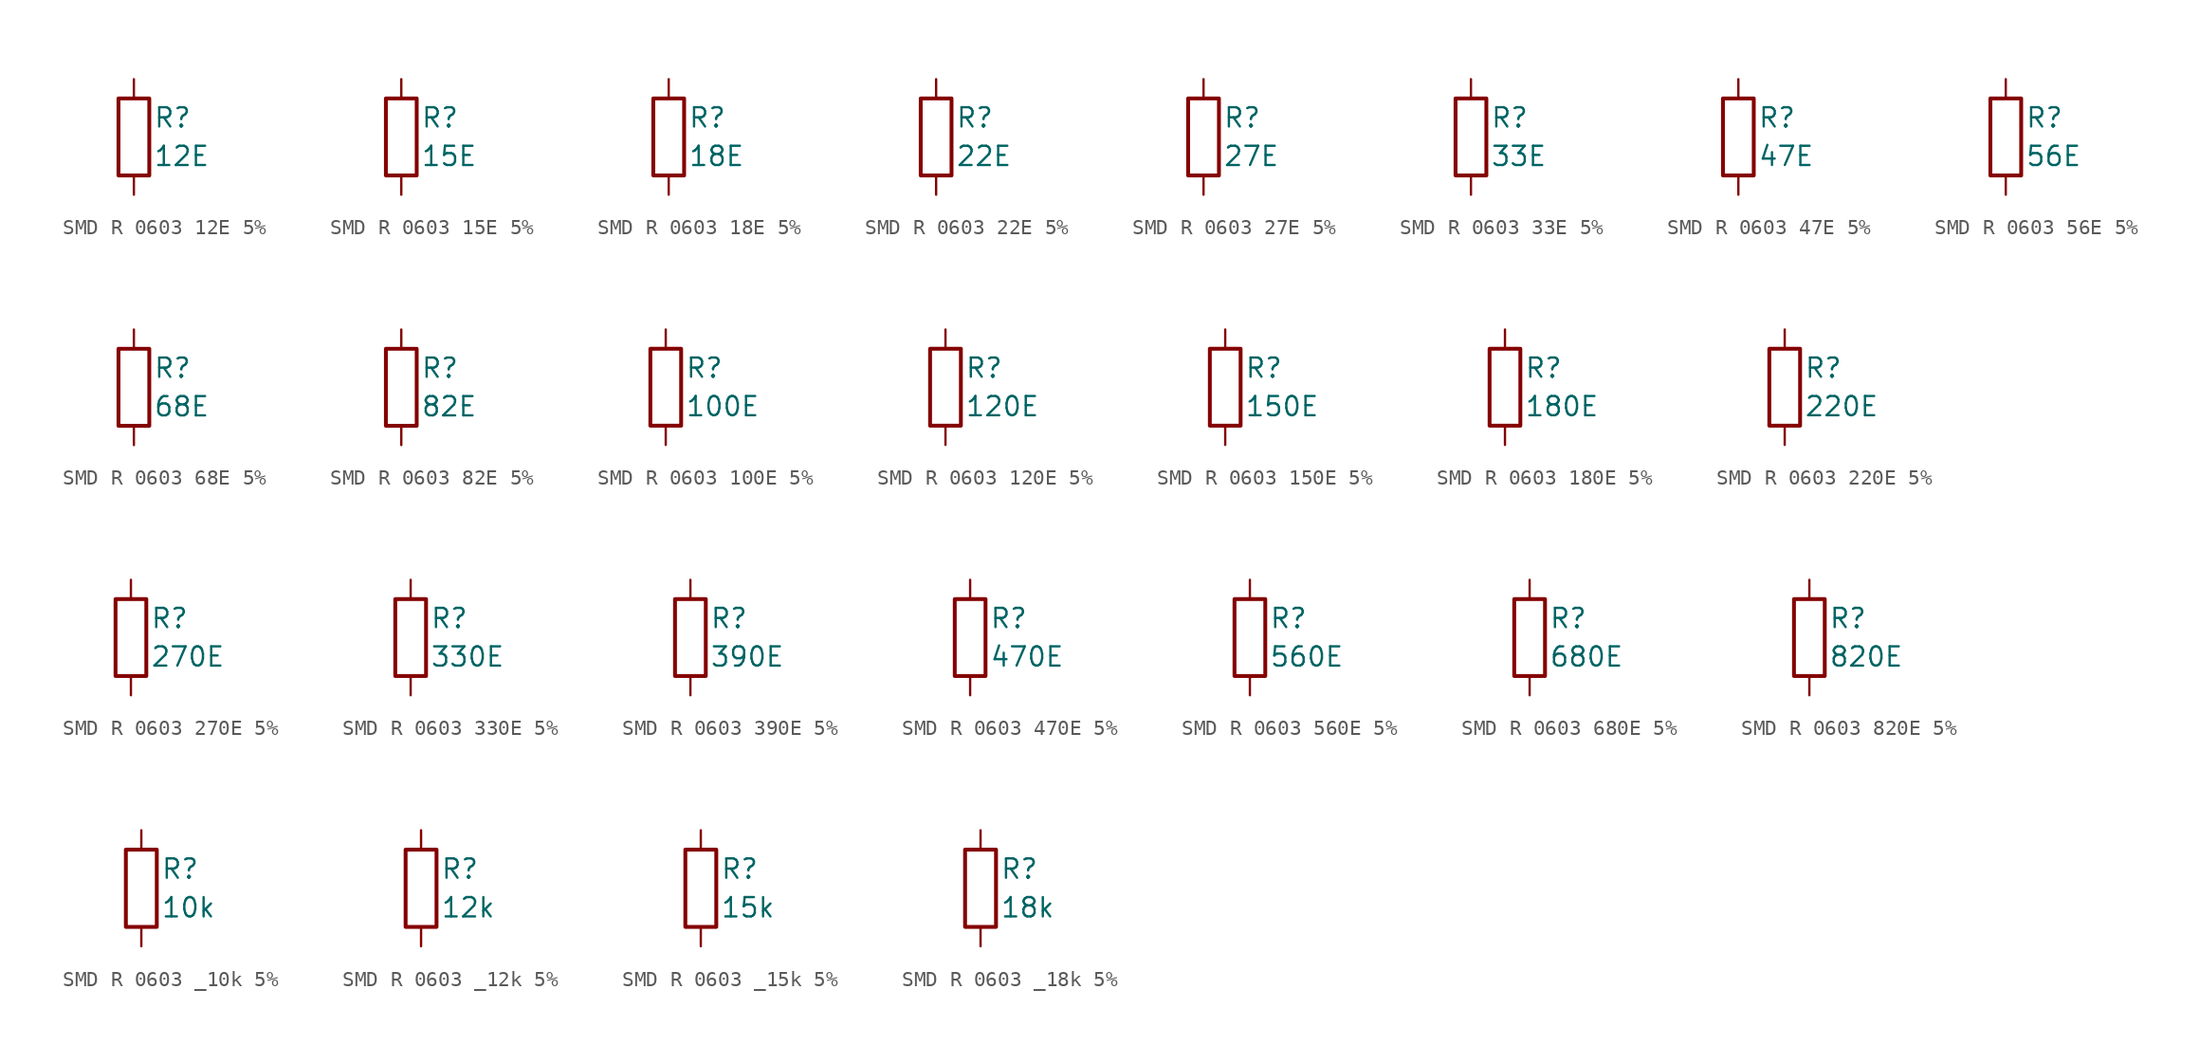
<source format=kicad_sym>
(kicad_symbol_lib
  (version 20241209)
  (generator "kicad_symbol_editor")
  (generator_version "9.0")
  (symbol "SMD R 0603 12E 5%"
    (pin_numbers
      (hide yes))
    (pin_names
      (offset 0))
    (property "Reference" "R"
      (at 1.27 1.27 0)
      (effects (font (size 1.27 1.27)) (justify left)))
    (property "Value" "12E"
      (at 1.27 -1.27 0)
      (effects (font (size 1.27 1.27)) (justify left)))
    (symbol "SMD R 0603 12E 5%_0_1"
      (rectangle (start -1.016 -2.54) (end 1.016 2.54) (stroke (width 0.254) (type default)) (fill (type none))))
    (symbol "SMD R 0603 12E 5%_1_1"
      (pin passive line (at 0 3.81 270) (length 1.27) (name "~" (effects (font (size 1.27 1.27)))) (number "1" (effects (font (size 1.27 1.27)))))
      (pin passive line (at 0 -3.81 90) (length 1.27) (name "~" (effects (font (size 1.27 1.27)))) (number "2" (effects (font (size 1.27 1.27)))))))
  (symbol "SMD R 0603 15E 5%"
    (pin_numbers
      (hide yes))
    (pin_names
      (offset 0))
    (property "Reference" "R"
      (at 1.27 1.27 0)
      (effects (font (size 1.27 1.27)) (justify left)))
    (property "Value" "15E"
      (at 1.27 -1.27 0)
      (effects (font (size 1.27 1.27)) (justify left)))
    (symbol "SMD R 0603 15E 5%_0_1"
      (rectangle (start -1.016 -2.54) (end 1.016 2.54) (stroke (width 0.254) (type default)) (fill (type none))))
    (symbol "SMD R 0603 15E 5%_1_1"
      (pin passive line (at 0 3.81 270) (length 1.27) (name "~" (effects (font (size 1.27 1.27)))) (number "1" (effects (font (size 1.27 1.27)))))
      (pin passive line (at 0 -3.81 90) (length 1.27) (name "~" (effects (font (size 1.27 1.27)))) (number "2" (effects (font (size 1.27 1.27)))))))
  (symbol "SMD R 0603 18E 5%"
    (pin_numbers
      (hide yes))
    (pin_names
      (offset 0))
    (property "Reference" "R"
      (at 1.27 1.27 0)
      (effects (font (size 1.27 1.27)) (justify left)))
    (property "Value" "18E"
      (at 1.27 -1.27 0)
      (effects (font (size 1.27 1.27)) (justify left)))
    (symbol "SMD R 0603 18E 5%_0_1"
      (rectangle (start -1.016 -2.54) (end 1.016 2.54) (stroke (width 0.254) (type default)) (fill (type none))))
    (symbol "SMD R 0603 18E 5%_1_1"
      (pin passive line (at 0 3.81 270) (length 1.27) (name "~" (effects (font (size 1.27 1.27)))) (number "1" (effects (font (size 1.27 1.27)))))
      (pin passive line (at 0 -3.81 90) (length 1.27) (name "~" (effects (font (size 1.27 1.27)))) (number "2" (effects (font (size 1.27 1.27)))))))
  (symbol "SMD R 0603 22E 5%"
    (pin_numbers
      (hide yes))
    (pin_names
      (offset 0))
    (property "Reference" "R"
      (at 1.27 1.27 0)
      (effects (font (size 1.27 1.27)) (justify left)))
    (property "Value" "22E"
      (at 1.27 -1.27 0)
      (effects (font (size 1.27 1.27)) (justify left)))
    (symbol "SMD R 0603 22E 5%_0_1"
      (rectangle (start -1.016 -2.54) (end 1.016 2.54) (stroke (width 0.254) (type default)) (fill (type none))))
    (symbol "SMD R 0603 22E 5%_1_1"
      (pin passive line (at 0 3.81 270) (length 1.27) (name "~" (effects (font (size 1.27 1.27)))) (number "1" (effects (font (size 1.27 1.27)))))
      (pin passive line (at 0 -3.81 90) (length 1.27) (name "~" (effects (font (size 1.27 1.27)))) (number "2" (effects (font (size 1.27 1.27)))))))
  (symbol "SMD R 0603 27E 5%"
    (pin_numbers
      (hide yes))
    (pin_names
      (offset 0))
    (property "Reference" "R"
      (at 1.27 1.27 0)
      (effects (font (size 1.27 1.27)) (justify left)))
    (property "Value" "27E"
      (at 1.27 -1.27 0)
      (effects (font (size 1.27 1.27)) (justify left)))
    (symbol "SMD R 0603 27E 5%_0_1"
      (rectangle (start -1.016 -2.54) (end 1.016 2.54) (stroke (width 0.254) (type default)) (fill (type none))))
    (symbol "SMD R 0603 27E 5%_1_1"
      (pin passive line (at 0 3.81 270) (length 1.27) (name "~" (effects (font (size 1.27 1.27)))) (number "1" (effects (font (size 1.27 1.27)))))
      (pin passive line (at 0 -3.81 90) (length 1.27) (name "~" (effects (font (size 1.27 1.27)))) (number "2" (effects (font (size 1.27 1.27)))))))
  (symbol "SMD R 0603 33E 5%"
    (pin_numbers
      (hide yes))
    (pin_names
      (offset 0))
    (property "Reference" "R"
      (at 1.27 1.27 0)
      (effects (font (size 1.27 1.27)) (justify left)))
    (property "Value" "33E"
      (at 1.27 -1.27 0)
      (effects (font (size 1.27 1.27)) (justify left)))
    (symbol "SMD R 0603 33E 5%_0_1"
      (rectangle (start -1.016 -2.54) (end 1.016 2.54) (stroke (width 0.254) (type default)) (fill (type none))))
    (symbol "SMD R 0603 33E 5%_1_1"
      (pin passive line (at 0 3.81 270) (length 1.27) (name "~" (effects (font (size 1.27 1.27)))) (number "1" (effects (font (size 1.27 1.27)))))
      (pin passive line (at 0 -3.81 90) (length 1.27) (name "~" (effects (font (size 1.27 1.27)))) (number "2" (effects (font (size 1.27 1.27)))))))
  (symbol "SMD R 0603 47E 5%"
    (pin_numbers
      (hide yes))
    (pin_names
      (offset 0))
    (property "Reference" "R"
      (at 1.27 1.27 0)
      (effects (font (size 1.27 1.27)) (justify left)))
    (property "Value" "47E"
      (at 1.27 -1.27 0)
      (effects (font (size 1.27 1.27)) (justify left)))
    (symbol "SMD R 0603 47E 5%_0_1"
      (rectangle (start -1.016 -2.54) (end 1.016 2.54) (stroke (width 0.254) (type default)) (fill (type none))))
    (symbol "SMD R 0603 47E 5%_1_1"
      (pin passive line (at 0 3.81 270) (length 1.27) (name "~" (effects (font (size 1.27 1.27)))) (number "1" (effects (font (size 1.27 1.27)))))
      (pin passive line (at 0 -3.81 90) (length 1.27) (name "~" (effects (font (size 1.27 1.27)))) (number "2" (effects (font (size 1.27 1.27)))))))
  (symbol "SMD R 0603 56E 5%"
    (pin_numbers
      (hide yes))
    (pin_names
      (offset 0))
    (property "Reference" "R"
      (at 1.27 1.27 0)
      (effects (font (size 1.27 1.27)) (justify left)))
    (property "Value" "56E"
      (at 1.27 -1.27 0)
      (effects (font (size 1.27 1.27)) (justify left)))
    (symbol "SMD R 0603 56E 5%_0_1"
      (rectangle (start -1.016 -2.54) (end 1.016 2.54) (stroke (width 0.254) (type default)) (fill (type none))))
    (symbol "SMD R 0603 56E 5%_1_1"
      (pin passive line (at 0 3.81 270) (length 1.27) (name "~" (effects (font (size 1.27 1.27)))) (number "1" (effects (font (size 1.27 1.27)))))
      (pin passive line (at 0 -3.81 90) (length 1.27) (name "~" (effects (font (size 1.27 1.27)))) (number "2" (effects (font (size 1.27 1.27)))))))
  (symbol "SMD R 0603 68E 5%"
    (pin_numbers
      (hide yes))
    (pin_names
      (offset 0))
    (property "Reference" "R"
      (at 1.27 1.27 0)
      (effects (font (size 1.27 1.27)) (justify left)))
    (property "Value" "68E"
      (at 1.27 -1.27 0)
      (effects (font (size 1.27 1.27)) (justify left)))
    (symbol "SMD R 0603 68E 5%_0_1"
      (rectangle (start -1.016 -2.54) (end 1.016 2.54) (stroke (width 0.254) (type default)) (fill (type none))))
    (symbol "SMD R 0603 68E 5%_1_1"
      (pin passive line (at 0 3.81 270) (length 1.27) (name "~" (effects (font (size 1.27 1.27)))) (number "1" (effects (font (size 1.27 1.27)))))
      (pin passive line (at 0 -3.81 90) (length 1.27) (name "~" (effects (font (size 1.27 1.27)))) (number "2" (effects (font (size 1.27 1.27)))))))
  (symbol "SMD R 0603 82E 5%"
    (pin_numbers
      (hide yes))
    (pin_names
      (offset 0))
    (property "Reference" "R"
      (at 1.27 1.27 0)
      (effects (font (size 1.27 1.27)) (justify left)))
    (property "Value" "82E"
      (at 1.27 -1.27 0)
      (effects (font (size 1.27 1.27)) (justify left)))
    (symbol "SMD R 0603 82E 5%_0_1"
      (rectangle (start -1.016 -2.54) (end 1.016 2.54) (stroke (width 0.254) (type default)) (fill (type none))))
    (symbol "SMD R 0603 82E 5%_1_1"
      (pin passive line (at 0 3.81 270) (length 1.27) (name "~" (effects (font (size 1.27 1.27)))) (number "1" (effects (font (size 1.27 1.27)))))
      (pin passive line (at 0 -3.81 90) (length 1.27) (name "~" (effects (font (size 1.27 1.27)))) (number "2" (effects (font (size 1.27 1.27)))))))
  (symbol "SMD R 0603 100E 5%"
    (pin_numbers
      (hide yes))
    (pin_names
      (offset 0))
    (property "Reference" "R"
      (at 1.27 1.27 0)
      (effects (font (size 1.27 1.27)) (justify left)))
    (property "Value" "100E"
      (at 1.27 -1.27 0)
      (effects (font (size 1.27 1.27)) (justify left)))
    (symbol "SMD R 0603 100E 5%_0_1"
      (rectangle (start -1.016 -2.54) (end 1.016 2.54) (stroke (width 0.254) (type default)) (fill (type none))))
    (symbol "SMD R 0603 100E 5%_1_1"
      (pin passive line (at 0 3.81 270) (length 1.27) (name "~" (effects (font (size 1.27 1.27)))) (number "1" (effects (font (size 1.27 1.27)))))
      (pin passive line (at 0 -3.81 90) (length 1.27) (name "~" (effects (font (size 1.27 1.27)))) (number "2" (effects (font (size 1.27 1.27)))))))
  (symbol "SMD R 0603 120E 5%"
    (pin_numbers
      (hide yes))
    (pin_names
      (offset 0))
    (property "Reference" "R"
      (at 1.27 1.27 0)
      (effects (font (size 1.27 1.27)) (justify left)))
    (property "Value" "120E"
      (at 1.27 -1.27 0)
      (effects (font (size 1.27 1.27)) (justify left)))
    (symbol "SMD R 0603 120E 5%_0_1"
      (rectangle (start -1.016 -2.54) (end 1.016 2.54) (stroke (width 0.254) (type default)) (fill (type none))))
    (symbol "SMD R 0603 120E 5%_1_1"
      (pin passive line (at 0 3.81 270) (length 1.27) (name "~" (effects (font (size 1.27 1.27)))) (number "1" (effects (font (size 1.27 1.27)))))
      (pin passive line (at 0 -3.81 90) (length 1.27) (name "~" (effects (font (size 1.27 1.27)))) (number "2" (effects (font (size 1.27 1.27)))))))
  (symbol "SMD R 0603 150E 5%"
    (pin_numbers
      (hide yes))
    (pin_names
      (offset 0))
    (property "Reference" "R"
      (at 1.27 1.27 0)
      (effects (font (size 1.27 1.27)) (justify left)))
    (property "Value" "150E"
      (at 1.27 -1.27 0)
      (effects (font (size 1.27 1.27)) (justify left)))
    (symbol "SMD R 0603 150E 5%_0_1"
      (rectangle (start -1.016 -2.54) (end 1.016 2.54) (stroke (width 0.254) (type default)) (fill (type none))))
    (symbol "SMD R 0603 150E 5%_1_1"
      (pin passive line (at 0 3.81 270) (length 1.27) (name "~" (effects (font (size 1.27 1.27)))) (number "1" (effects (font (size 1.27 1.27)))))
      (pin passive line (at 0 -3.81 90) (length 1.27) (name "~" (effects (font (size 1.27 1.27)))) (number "2" (effects (font (size 1.27 1.27)))))))
  (symbol "SMD R 0603 180E 5%"
    (pin_numbers
      (hide yes))
    (pin_names
      (offset 0))
    (property "Reference" "R"
      (at 1.27 1.27 0)
      (effects (font (size 1.27 1.27)) (justify left)))
    (property "Value" "180E"
      (at 1.27 -1.27 0)
      (effects (font (size 1.27 1.27)) (justify left)))
    (symbol "SMD R 0603 180E 5%_0_1"
      (rectangle (start -1.016 -2.54) (end 1.016 2.54) (stroke (width 0.254) (type default)) (fill (type none))))
    (symbol "SMD R 0603 180E 5%_1_1"
      (pin passive line (at 0 3.81 270) (length 1.27) (name "~" (effects (font (size 1.27 1.27)))) (number "1" (effects (font (size 1.27 1.27)))))
      (pin passive line (at 0 -3.81 90) (length 1.27) (name "~" (effects (font (size 1.27 1.27)))) (number "2" (effects (font (size 1.27 1.27)))))))
  (symbol "SMD R 0603 220E 5%"
    (pin_numbers
      (hide yes))
    (pin_names
      (offset 0))
    (property "Reference" "R"
      (at 1.27 1.27 0)
      (effects (font (size 1.27 1.27)) (justify left)))
    (property "Value" "220E"
      (at 1.27 -1.27 0)
      (effects (font (size 1.27 1.27)) (justify left)))
    (symbol "SMD R 0603 220E 5%_0_1"
      (rectangle (start -1.016 -2.54) (end 1.016 2.54) (stroke (width 0.254) (type default)) (fill (type none))))
    (symbol "SMD R 0603 220E 5%_1_1"
      (pin passive line (at 0 3.81 270) (length 1.27) (name "~" (effects (font (size 1.27 1.27)))) (number "1" (effects (font (size 1.27 1.27)))))
      (pin passive line (at 0 -3.81 90) (length 1.27) (name "~" (effects (font (size 1.27 1.27)))) (number "2" (effects (font (size 1.27 1.27)))))))
  (symbol "SMD R 0603 270E 5%"
    (pin_numbers
      (hide yes))
    (pin_names
      (offset 0))
    (property "Reference" "R"
      (at 1.27 1.27 0)
      (effects (font (size 1.27 1.27)) (justify left)))
    (property "Value" "270E"
      (at 1.27 -1.27 0)
      (effects (font (size 1.27 1.27)) (justify left)))
    (symbol "SMD R 0603 270E 5%_0_1"
      (rectangle (start -1.016 -2.54) (end 1.016 2.54) (stroke (width 0.254) (type default)) (fill (type none))))
    (symbol "SMD R 0603 270E 5%_1_1"
      (pin passive line (at 0 3.81 270) (length 1.27) (name "~" (effects (font (size 1.27 1.27)))) (number "1" (effects (font (size 1.27 1.27)))))
      (pin passive line (at 0 -3.81 90) (length 1.27) (name "~" (effects (font (size 1.27 1.27)))) (number "2" (effects (font (size 1.27 1.27)))))))
  (symbol "SMD R 0603 330E 5%"
    (pin_numbers
      (hide yes))
    (pin_names
      (offset 0))
    (property "Reference" "R"
      (at 1.27 1.27 0)
      (effects (font (size 1.27 1.27)) (justify left)))
    (property "Value" "330E"
      (at 1.27 -1.27 0)
      (effects (font (size 1.27 1.27)) (justify left)))
    (symbol "SMD R 0603 330E 5%_0_1"
      (rectangle (start -1.016 -2.54) (end 1.016 2.54) (stroke (width 0.254) (type default)) (fill (type none))))
    (symbol "SMD R 0603 330E 5%_1_1"
      (pin passive line (at 0 3.81 270) (length 1.27) (name "~" (effects (font (size 1.27 1.27)))) (number "1" (effects (font (size 1.27 1.27)))))
      (pin passive line (at 0 -3.81 90) (length 1.27) (name "~" (effects (font (size 1.27 1.27)))) (number "2" (effects (font (size 1.27 1.27)))))))
  (symbol "SMD R 0603 390E 5%"
    (pin_numbers
      (hide yes))
    (pin_names
      (offset 0))
    (property "Reference" "R"
      (at 1.27 1.27 0)
      (effects (font (size 1.27 1.27)) (justify left)))
    (property "Value" "390E"
      (at 1.27 -1.27 0)
      (effects (font (size 1.27 1.27)) (justify left)))
    (symbol "SMD R 0603 390E 5%_0_1"
      (rectangle (start -1.016 -2.54) (end 1.016 2.54) (stroke (width 0.254) (type default)) (fill (type none))))
    (symbol "SMD R 0603 390E 5%_1_1"
      (pin passive line (at 0 3.81 270) (length 1.27) (name "~" (effects (font (size 1.27 1.27)))) (number "1" (effects (font (size 1.27 1.27)))))
      (pin passive line (at 0 -3.81 90) (length 1.27) (name "~" (effects (font (size 1.27 1.27)))) (number "2" (effects (font (size 1.27 1.27)))))))
  (symbol "SMD R 0603 470E 5%"
    (pin_numbers
      (hide yes))
    (pin_names
      (offset 0))
    (property "Reference" "R"
      (at 1.27 1.27 0)
      (effects (font (size 1.27 1.27)) (justify left)))
    (property "Value" "470E"
      (at 1.27 -1.27 0)
      (effects (font (size 1.27 1.27)) (justify left)))
    (symbol "SMD R 0603 470E 5%_0_1"
      (rectangle (start -1.016 -2.54) (end 1.016 2.54) (stroke (width 0.254) (type default)) (fill (type none))))
    (symbol "SMD R 0603 470E 5%_1_1"
      (pin passive line (at 0 3.81 270) (length 1.27) (name "~" (effects (font (size 1.27 1.27)))) (number "1" (effects (font (size 1.27 1.27)))))
      (pin passive line (at 0 -3.81 90) (length 1.27) (name "~" (effects (font (size 1.27 1.27)))) (number "2" (effects (font (size 1.27 1.27)))))))
  (symbol "SMD R 0603 560E 5%"
    (pin_numbers
      (hide yes))
    (pin_names
      (offset 0))
    (property "Reference" "R"
      (at 1.27 1.27 0)
      (effects (font (size 1.27 1.27)) (justify left)))
    (property "Value" "560E"
      (at 1.27 -1.27 0)
      (effects (font (size 1.27 1.27)) (justify left)))
    (symbol "SMD R 0603 560E 5%_0_1"
      (rectangle (start -1.016 -2.54) (end 1.016 2.54) (stroke (width 0.254) (type default)) (fill (type none))))
    (symbol "SMD R 0603 560E 5%_1_1"
      (pin passive line (at 0 3.81 270) (length 1.27) (name "~" (effects (font (size 1.27 1.27)))) (number "1" (effects (font (size 1.27 1.27)))))
      (pin passive line (at 0 -3.81 90) (length 1.27) (name "~" (effects (font (size 1.27 1.27)))) (number "2" (effects (font (size 1.27 1.27)))))))
  (symbol "SMD R 0603 680E 5%"
    (pin_numbers
      (hide yes))
    (pin_names
      (offset 0))
    (property "Reference" "R"
      (at 1.27 1.27 0)
      (effects (font (size 1.27 1.27)) (justify left)))
    (property "Value" "680E"
      (at 1.27 -1.27 0)
      (effects (font (size 1.27 1.27)) (justify left)))
    (symbol "SMD R 0603 680E 5%_0_1"
      (rectangle (start -1.016 -2.54) (end 1.016 2.54) (stroke (width 0.254) (type default)) (fill (type none))))
    (symbol "SMD R 0603 680E 5%_1_1"
      (pin passive line (at 0 3.81 270) (length 1.27) (name "~" (effects (font (size 1.27 1.27)))) (number "1" (effects (font (size 1.27 1.27)))))
      (pin passive line (at 0 -3.81 90) (length 1.27) (name "~" (effects (font (size 1.27 1.27)))) (number "2" (effects (font (size 1.27 1.27)))))))
  (symbol "SMD R 0603 820E 5%"
    (pin_numbers
      (hide yes))
    (pin_names
      (offset 0))
    (property "Reference" "R"
      (at 1.27 1.27 0)
      (effects (font (size 1.27 1.27)) (justify left)))
    (property "Value" "820E"
      (at 1.27 -1.27 0)
      (effects (font (size 1.27 1.27)) (justify left)))
    (symbol "SMD R 0603 820E 5%_0_1"
      (rectangle (start -1.016 -2.54) (end 1.016 2.54) (stroke (width 0.254) (type default)) (fill (type none))))
    (symbol "SMD R 0603 820E 5%_1_1"
      (pin passive line (at 0 3.81 270) (length 1.27) (name "~" (effects (font (size 1.27 1.27)))) (number "1" (effects (font (size 1.27 1.27)))))
      (pin passive line (at 0 -3.81 90) (length 1.27) (name "~" (effects (font (size 1.27 1.27)))) (number "2" (effects (font (size 1.27 1.27)))))))
  (symbol "SMD R 0603 _10k 5%"
    (pin_numbers
      (hide yes))
    (pin_names
      (offset 0))
    (property "Reference" "R"
      (at 1.27 1.27 0)
      (effects (font (size 1.27 1.27)) (justify left)))
    (property "Value" "10k"
      (at 1.27 -1.27 0)
      (effects (font (size 1.27 1.27)) (justify left)))
    (symbol "SMD R 0603 _10k 5%_0_1"
      (rectangle (start -1.016 -2.54) (end 1.016 2.54) (stroke (width 0.254) (type default)) (fill (type none))))
    (symbol "SMD R 0603 _10k 5%_1_1"
      (pin passive line (at 0 3.81 270) (length 1.27) (name "~" (effects (font (size 1.27 1.27)))) (number "1" (effects (font (size 1.27 1.27)))))
      (pin passive line (at 0 -3.81 90) (length 1.27) (name "~" (effects (font (size 1.27 1.27)))) (number "2" (effects (font (size 1.27 1.27)))))))
  (symbol "SMD R 0603 _12k 5%"
    (pin_numbers
      (hide yes))
    (pin_names
      (offset 0))
    (property "Reference" "R"
      (at 1.27 1.27 0)
      (effects (font (size 1.27 1.27)) (justify left)))
    (property "Value" "12k"
      (at 1.27 -1.27 0)
      (effects (font (size 1.27 1.27)) (justify left)))
    (symbol "SMD R 0603 _12k 5%_0_1"
      (rectangle (start -1.016 -2.54) (end 1.016 2.54) (stroke (width 0.254) (type default)) (fill (type none))))
    (symbol "SMD R 0603 _12k 5%_1_1"
      (pin passive line (at 0 3.81 270) (length 1.27) (name "~" (effects (font (size 1.27 1.27)))) (number "1" (effects (font (size 1.27 1.27)))))
      (pin passive line (at 0 -3.81 90) (length 1.27) (name "~" (effects (font (size 1.27 1.27)))) (number "2" (effects (font (size 1.27 1.27)))))))
  (symbol "SMD R 0603 _15k 5%"
    (pin_numbers
      (hide yes))
    (pin_names
      (offset 0))
    (property "Reference" "R"
      (at 1.27 1.27 0)
      (effects (font (size 1.27 1.27)) (justify left)))
    (property "Value" "15k"
      (at 1.27 -1.27 0)
      (effects (font (size 1.27 1.27)) (justify left)))
    (symbol "SMD R 0603 _15k 5%_0_1"
      (rectangle (start -1.016 -2.54) (end 1.016 2.54) (stroke (width 0.254) (type default)) (fill (type none))))
    (symbol "SMD R 0603 _15k 5%_1_1"
      (pin passive line (at 0 3.81 270) (length 1.27) (name "~" (effects (font (size 1.27 1.27)))) (number "1" (effects (font (size 1.27 1.27)))))
      (pin passive line (at 0 -3.81 90) (length 1.27) (name "~" (effects (font (size 1.27 1.27)))) (number "2" (effects (font (size 1.27 1.27)))))))
  (symbol "SMD R 0603 _18k 5%"
    (pin_numbers
      (hide yes))
    (pin_names
      (offset 0))
    (property "Reference" "R"
      (at 1.27 1.27 0)
      (effects (font (size 1.27 1.27)) (justify left)))
    (property "Value" "18k"
      (at 1.27 -1.27 0)
      (effects (font (size 1.27 1.27)) (justify left)))
    (symbol "SMD R 0603 _18k 5%_0_1"
      (rectangle (start -1.016 -2.54) (end 1.016 2.54) (stroke (width 0.254) (type default)) (fill (type none))))
    (symbol "SMD R 0603 _18k 5%_1_1"
      (pin passive line (at 0 3.81 270) (length 1.27) (name "~" (effects (font (size 1.27 1.27)))) (number "1" (effects (font (size 1.27 1.27)))))
      (pin passive line (at 0 -3.81 90) (length 1.27) (name "~" (effects (font (size 1.27 1.27)))) (number "2" (effects (font (size 1.27 1.27))))))))
</source>
